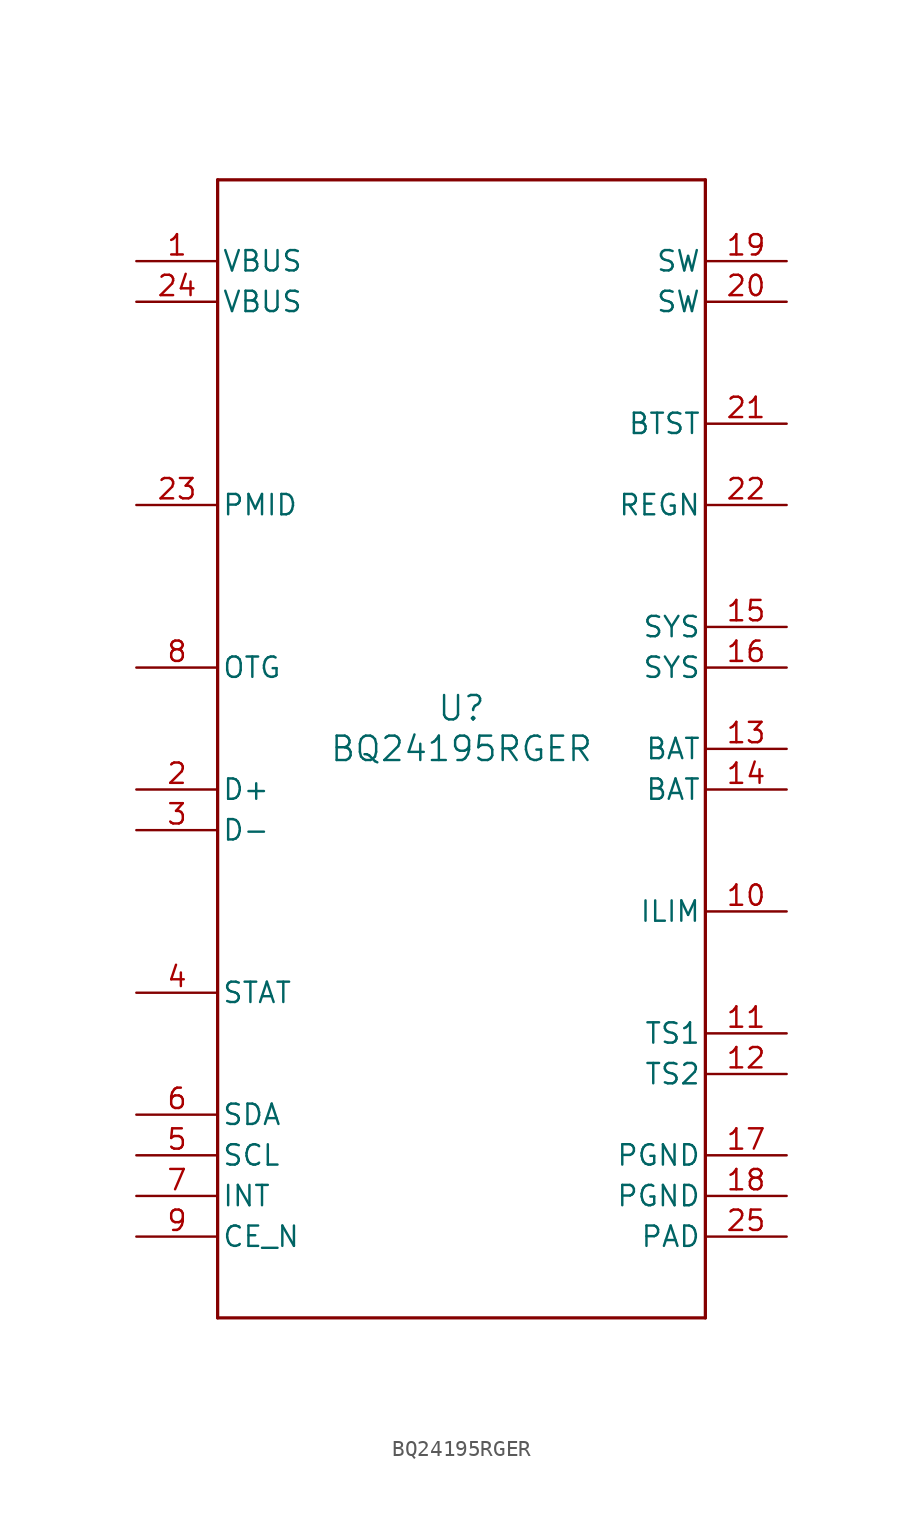
<source format=kicad_sym>
(kicad_symbol_lib
  (version 20220914)
  (generator kicad_symbol_editor)
  (symbol "BQ24195RGER"
    (pin_names
      (offset 0.254))
    (property "Reference" "U"
      (at 0 2.54 0)
      (effects (font (size 1.524 1.524))))
    (property "Value" "BQ24195RGER"
      (at 0 0 0)
      (effects (font (size 1.524 1.524))))
    (symbol "BQ24195RGER_0_1"
      (polyline (pts (xy -15.24 -35.56) (xy 15.24 -35.56)) (stroke (width 0.203) (type default)) (fill (type none)))
      (polyline (pts (xy -15.24 35.56) (xy -15.24 -35.56)) (stroke (width 0.203) (type default)) (fill (type none)))
      (polyline (pts (xy 15.24 -35.56) (xy 15.24 35.56)) (stroke (width 0.203) (type default)) (fill (type none)))
      (polyline (pts (xy 15.24 35.56) (xy -15.24 35.56)) (stroke (width 0.203) (type default)) (fill (type none)))
      (pin power_in line (at -20.32 30.48 0) (length 5.08) (name "VBUS" (effects (font (size 1.27 1.27)))) (number "1" (effects (font (size 1.27 1.27)))))
      (pin input line (at 20.32 -10.16 180) (length 5.08) (name "ILIM" (effects (font (size 1.27 1.27)))) (number "10" (effects (font (size 1.27 1.27)))))
      (pin input line (at 20.32 -17.78 180) (length 5.08) (name "TS1" (effects (font (size 1.27 1.27)))) (number "11" (effects (font (size 1.27 1.27)))))
      (pin input line (at 20.32 -20.32 180) (length 5.08) (name "TS2" (effects (font (size 1.27 1.27)))) (number "12" (effects (font (size 1.27 1.27)))))
      (pin power_out line (at 20.32 0 180) (length 5.08) (name "BAT" (effects (font (size 1.27 1.27)))) (number "13" (effects (font (size 1.27 1.27)))))
      (pin power_out line (at 20.32 -2.54 180) (length 5.08) (name "BAT" (effects (font (size 1.27 1.27)))) (number "14" (effects (font (size 1.27 1.27)))))
      (pin power_out line (at 20.32 7.62 180) (length 5.08) (name "SYS" (effects (font (size 1.27 1.27)))) (number "15" (effects (font (size 1.27 1.27)))))
      (pin power_out line (at 20.32 5.08 180) (length 5.08) (name "SYS" (effects (font (size 1.27 1.27)))) (number "16" (effects (font (size 1.27 1.27)))))
      (pin power_in line (at 20.32 -25.4 180) (length 5.08) (name "PGND" (effects (font (size 1.27 1.27)))) (number "17" (effects (font (size 1.27 1.27)))))
      (pin power_in line (at 20.32 -27.94 180) (length 5.08) (name "PGND" (effects (font (size 1.27 1.27)))) (number "18" (effects (font (size 1.27 1.27)))))
      (pin power_out line (at 20.32 30.48 180) (length 5.08) (name "SW" (effects (font (size 1.27 1.27)))) (number "19" (effects (font (size 1.27 1.27)))))
      (pin input line (at -20.32 -2.54 0) (length 5.08) (name "D+" (effects (font (size 1.27 1.27)))) (number "2" (effects (font (size 1.27 1.27)))))
      (pin power_out line (at 20.32 27.94 180) (length 5.08) (name "SW" (effects (font (size 1.27 1.27)))) (number "20" (effects (font (size 1.27 1.27)))))
      (pin power_in line (at 20.32 20.32 180) (length 5.08) (name "BTST" (effects (font (size 1.27 1.27)))) (number "21" (effects (font (size 1.27 1.27)))))
      (pin power_out line (at 20.32 15.24 180) (length 5.08) (name "REGN" (effects (font (size 1.27 1.27)))) (number "22" (effects (font (size 1.27 1.27)))))
      (pin power_out line (at -20.32 15.24 0) (length 5.08) (name "PMID" (effects (font (size 1.27 1.27)))) (number "23" (effects (font (size 1.27 1.27)))))
      (pin power_in line (at -20.32 27.94 0) (length 5.08) (name "VBUS" (effects (font (size 1.27 1.27)))) (number "24" (effects (font (size 1.27 1.27)))))
      (pin power_in line (at 20.32 -30.48 180) (length 5.08) (name "PAD" (effects (font (size 1.27 1.27)))) (number "25" (effects (font (size 1.27 1.27)))))
      (pin input line (at -20.32 -5.08 0) (length 5.08) (name "D-" (effects (font (size 1.27 1.27)))) (number "3" (effects (font (size 1.27 1.27)))))
      (pin output line (at -20.32 -15.24 0) (length 5.08) (name "STAT" (effects (font (size 1.27 1.27)))) (number "4" (effects (font (size 1.27 1.27)))))
      (pin input line (at -20.32 -25.4 0) (length 5.08) (name "SCL" (effects (font (size 1.27 1.27)))) (number "5" (effects (font (size 1.27 1.27)))))
      (pin bidirectional line (at -20.32 -22.86 0) (length 5.08) (name "SDA" (effects (font (size 1.27 1.27)))) (number "6" (effects (font (size 1.27 1.27)))))
      (pin output line (at -20.32 -27.94 0) (length 5.08) (name "INT" (effects (font (size 1.27 1.27)))) (number "7" (effects (font (size 1.27 1.27)))))
      (pin input line (at -20.32 5.08 0) (length 5.08) (name "OTG" (effects (font (size 1.27 1.27)))) (number "8" (effects (font (size 1.27 1.27)))))
      (pin input line (at -20.32 -30.48 0) (length 5.08) (name "CE_N" (effects (font (size 1.27 1.27)))) (number "9" (effects (font (size 1.27 1.27))))))))
</source>
